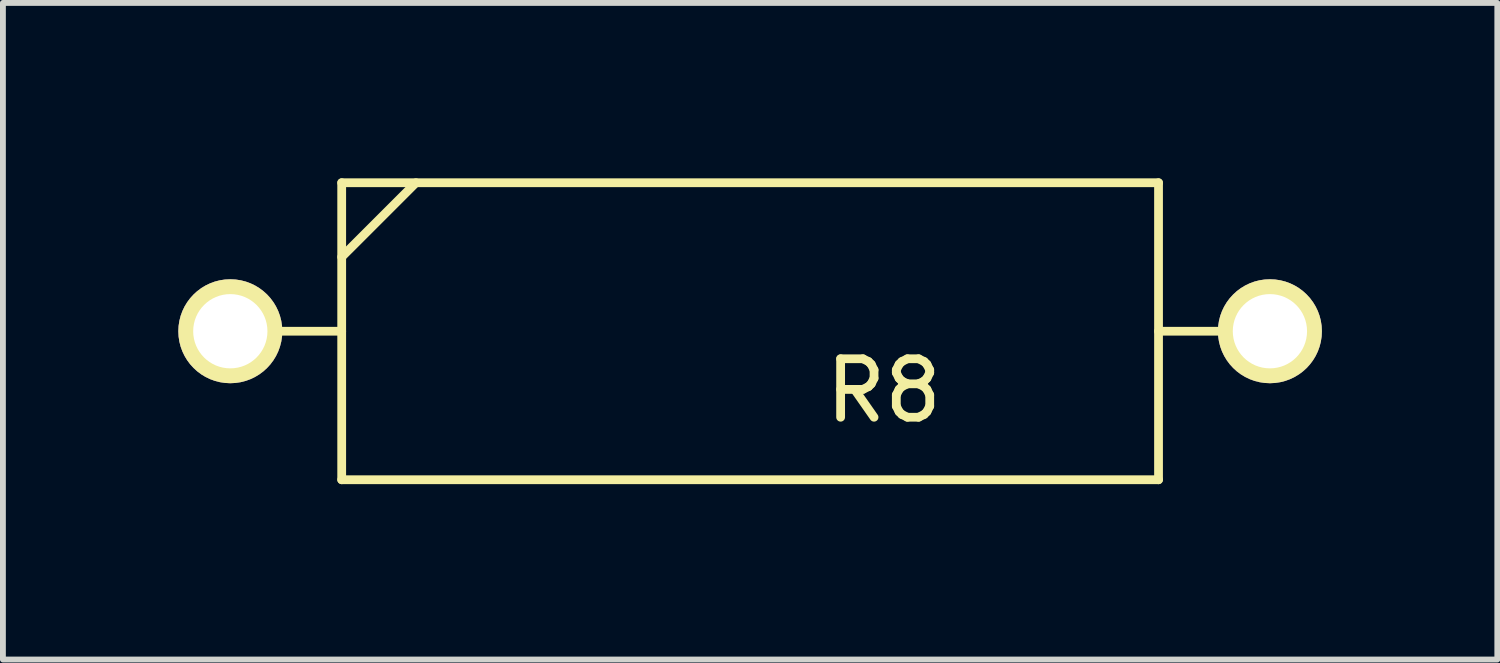
<source format=kicad_pcb>
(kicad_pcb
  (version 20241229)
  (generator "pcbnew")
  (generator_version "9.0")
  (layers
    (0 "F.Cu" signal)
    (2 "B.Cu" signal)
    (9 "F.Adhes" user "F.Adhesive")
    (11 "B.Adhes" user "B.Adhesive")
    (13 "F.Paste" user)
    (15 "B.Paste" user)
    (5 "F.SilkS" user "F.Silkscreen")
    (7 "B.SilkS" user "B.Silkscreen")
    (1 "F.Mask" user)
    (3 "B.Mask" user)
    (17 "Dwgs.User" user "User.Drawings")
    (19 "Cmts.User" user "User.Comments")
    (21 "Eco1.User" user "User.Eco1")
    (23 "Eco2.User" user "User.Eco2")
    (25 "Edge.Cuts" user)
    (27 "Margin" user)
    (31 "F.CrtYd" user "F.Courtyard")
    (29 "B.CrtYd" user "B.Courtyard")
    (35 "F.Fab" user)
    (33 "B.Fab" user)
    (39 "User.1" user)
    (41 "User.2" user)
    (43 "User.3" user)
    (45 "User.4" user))
  (footprint "R8"
    (layer "F.Cu")
    (at 9.779 2.615)
    (property "Reference" "R8" (at 2.286 1.016 0) (layer "F.SilkS") (effects (font (size 1 1) (thickness 0.15))))
    (attr through_hole)
    (fp_line (start -8.89 0) (end -8.89 0) (stroke (width 0.15) (type solid)) (layer "F.SilkS"))
    (fp_line (start -8.89 0) (end -8.89 0) (stroke (width 0.15) (type solid)) (layer "F.SilkS"))
    (fp_line (start -8.89 0) (end -6.985 0) (stroke (width 0.15) (type solid)) (layer "F.SilkS"))
    (fp_line (start -6.985 -2.54) (end -6.985 2.54) (stroke (width 0.15) (type solid)) (layer "F.SilkS"))
    (fp_line (start -6.985 -2.54) (end 6.985 -2.54) (stroke (width 0.15) (type solid)) (layer "F.SilkS"))
    (fp_line (start -6.985 -1.27) (end -5.715 -2.54) (stroke (width 0.15) (type solid)) (layer "F.SilkS"))
    (fp_line (start 6.985 -2.54) (end 6.985 2.54) (stroke (width 0.15) (type solid)) (layer "F.SilkS"))
    (fp_line (start 6.985 0) (end 8.89 0) (stroke (width 0.15) (type solid)) (layer "F.SilkS"))
    (fp_line (start 6.985 2.54) (end -6.985 2.54) (stroke (width 0.15) (type solid)) (layer "F.SilkS"))
    (fp_line (start 8.89 0) (end 8.89 0) (stroke (width 0.15) (type solid)) (layer "F.SilkS"))
    (pad "1" thru_hole circle (at -8.89 0) (size 1.778 1.778) (drill 1.27) (layers "*.Cu" "*.Mask" "F.SilkS"))
    (pad "2" thru_hole circle (at 8.89 0) (size 1.778 1.778) (drill 1.27) (layers "*.Cu" "*.Mask" "F.SilkS")))
  (gr_rect
    (start -3 -3)
    (end 22.558 8.23)
    (stroke (width 0.1) (type default))
    (fill no)
    (layer "Edge.Cuts")))
</source>
